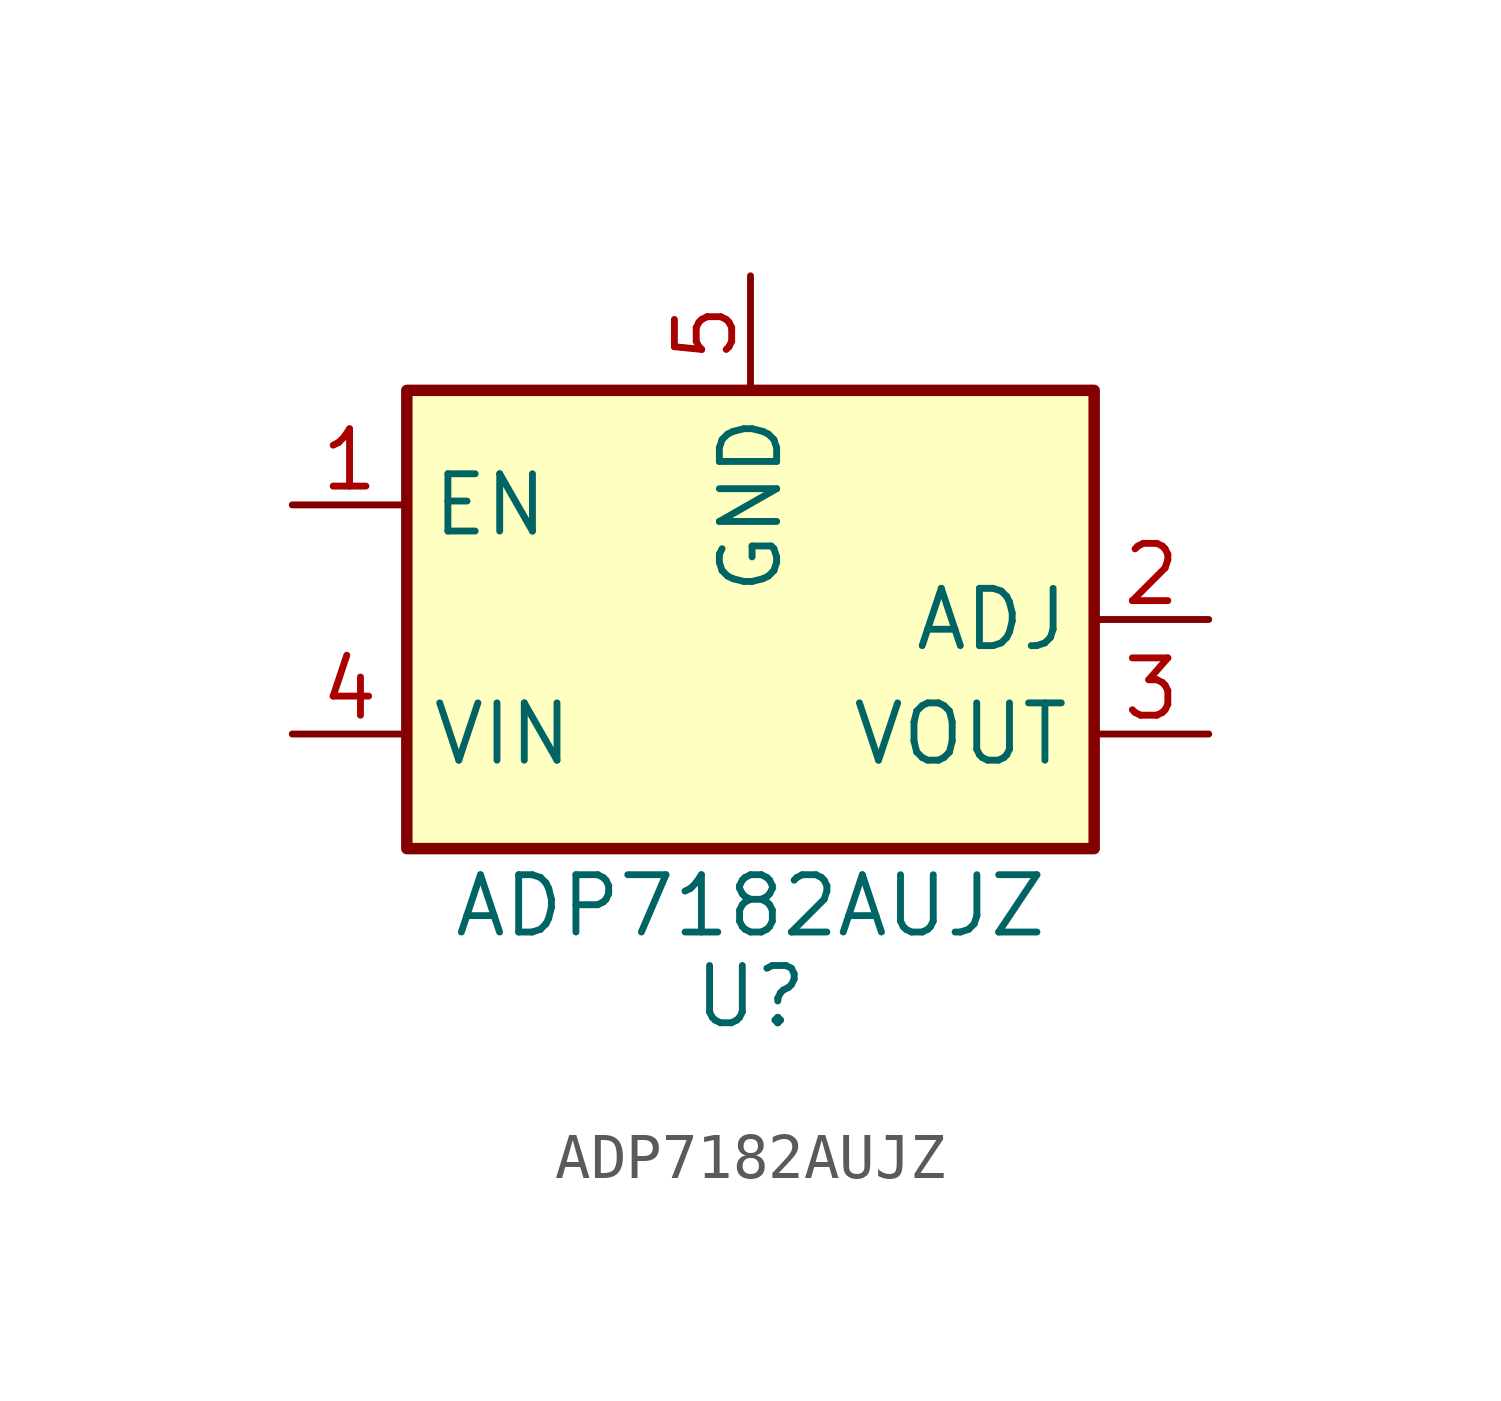
<source format=kicad_sym>
(kicad_symbol_lib
  (version 20211014)
  (generator kicad_symbol_editor)
  (symbol "ADP7182AUJZ"
    (property "Reference" "U"
      (at 0 -7.62 0)
      (effects (font (size 1.27 1.27)) (justify top)))
    (property "Value" "ADP7182AUJZ"
      (at 0 -6.35 0)
      (effects (font (size 1.27 1.27))))
    (symbol "ADP7182AUJZ_0_1"
      (rectangle (start -7.62 5.08) (end 7.62 -5.08) (stroke (width 0.254) (type default) (color 0 0 0 0)) (fill (type background))))
    (symbol "ADP7182AUJZ_1_1"
      (pin input line (at -10.16 2.54 0) (length 2.54) (name "EN" (effects (font (size 1.27 1.27)))) (number "1" (effects (font (size 1.27 1.27)))))
      (pin input line (at 10.16 0 180) (length 2.54) (name "ADJ" (effects (font (size 1.27 1.27)))) (number "2" (effects (font (size 1.27 1.27)))))
      (pin power_out line (at 10.16 -2.54 180) (length 2.54) (name "VOUT" (effects (font (size 1.27 1.27)))) (number "3" (effects (font (size 1.27 1.27)))))
      (pin power_in line (at -10.16 -2.54 0) (length 2.54) (name "VIN" (effects (font (size 1.27 1.27)))) (number "4" (effects (font (size 1.27 1.27)))))
      (pin power_in line (at 0 7.62 270) (length 2.54) (name "GND" (effects (font (size 1.27 1.27)))) (number "5" (effects (font (size 1.27 1.27))))))))
</source>
